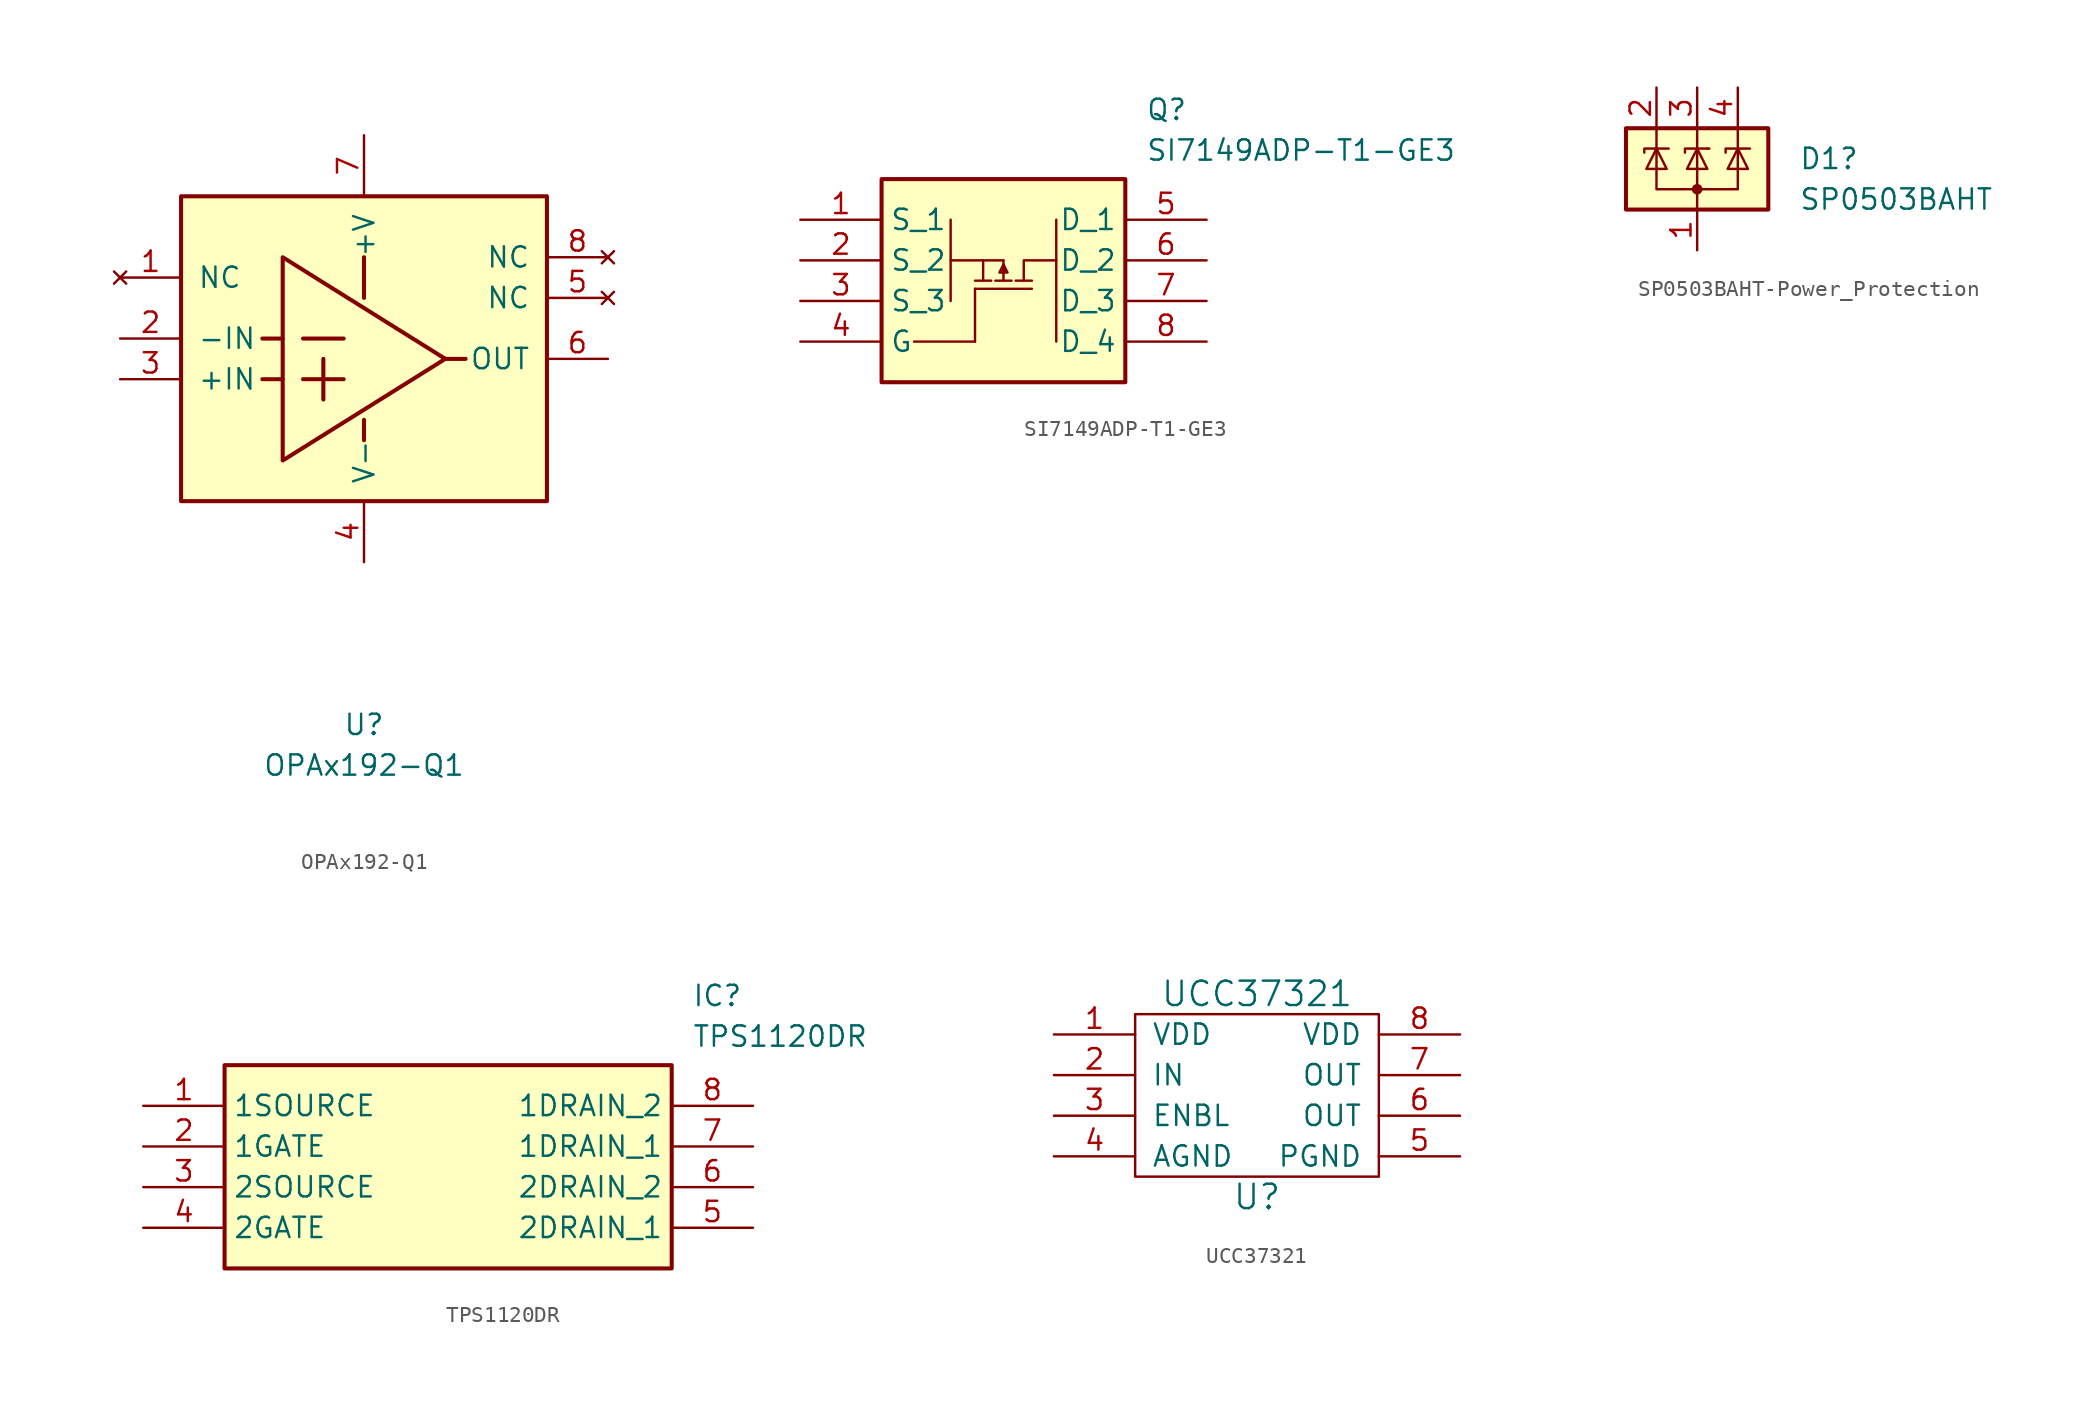
<source format=kicad_sym>
(kicad_symbol_lib
  (version 20220914)
  (generator kicad_symbol_editor)
  (symbol "OPAx192-Q1"
    (pin_names
      (offset 1.016))
    (property "Reference" "U"
      (at 0 2.54 0)
      (effects (font (size 1.27 1.27))))
    (property "Value" "OPAx192-Q1"
      (at 0 0 0)
      (effects (font (size 1.27 1.27))))
    (symbol "OPAx192-Q1_0_1"
      (rectangle (start -11.43 35.56) (end 11.43 16.51) (stroke (width 0.254) (type solid)) (fill (type background)))
      (polyline (pts (xy -6.35 24.13) (xy -5.08 24.13)) (stroke (width 0.254) (type solid)) (fill (type none)))
      (polyline (pts (xy -6.35 26.67) (xy -5.08 26.67)) (stroke (width 0.254) (type solid)) (fill (type none)))
      (polyline (pts (xy -3.81 26.67) (xy -1.27 26.67)) (stroke (width 0.254) (type solid)) (fill (type none)))
      (polyline (pts (xy -2.54 25.4) (xy -2.54 22.86)) (stroke (width 0.254) (type solid)) (fill (type none)))
      (polyline (pts (xy 0 20.32) (xy 0 21.59)) (stroke (width 0.254) (type solid)) (fill (type none)))
      (polyline (pts (xy 0 31.75) (xy 0 29.21)) (stroke (width 0.254) (type solid)) (fill (type none)))
      (polyline (pts (xy 5.08 25.4) (xy 6.35 25.4)) (stroke (width 0.254) (type solid)) (fill (type none)))
      (polyline (pts (xy -5.08 31.75) (xy -5.08 19.05) (xy 5.08 25.4) (xy -5.08 31.75)) (stroke (width 0.254) (type solid)) (fill (type none)))
      (polyline (pts (xy -2.54 24.13) (xy -3.81 24.13) (xy -2.54 24.13) (xy -1.27 24.13)) (stroke (width 0.254) (type solid)) (fill (type none))))
    (symbol "OPAx192-Q1_1_1"
      (pin no_connect line (at -15.24 30.48 0) (length 3.81) (name "NC" (effects (font (size 1.27 1.27)))) (number "1" (effects (font (size 1.27 1.27)))))
      (pin input line (at -15.24 26.67 0) (length 3.81) (name "-IN" (effects (font (size 1.27 1.27)))) (number "2" (effects (font (size 1.27 1.27)))))
      (pin input line (at -15.24 24.13 0) (length 3.81) (name "+IN" (effects (font (size 1.27 1.27)))) (number "3" (effects (font (size 1.27 1.27)))))
      (pin power_in line (at 0 12.7 90) (length 3.81) (name "V-" (effects (font (size 1.27 1.27)))) (number "4" (effects (font (size 1.27 1.27)))))
      (pin no_connect line (at 15.24 29.21 180) (length 3.81) (name "NC" (effects (font (size 1.27 1.27)))) (number "5" (effects (font (size 1.27 1.27)))))
      (pin output line (at 15.24 25.4 180) (length 3.81) (name "OUT" (effects (font (size 1.27 1.27)))) (number "6" (effects (font (size 1.27 1.27)))))
      (pin power_in line (at 0 39.37 270) (length 3.81) (name "+V" (effects (font (size 1.27 1.27)))) (number "7" (effects (font (size 1.27 1.27)))))
      (pin no_connect line (at 15.24 31.75 180) (length 3.81) (name "NC" (effects (font (size 1.27 1.27)))) (number "8" (effects (font (size 1.27 1.27)))))))
  (symbol "SI7149ADP-T1-GE3"
    (property "Reference" "Q"
      (at 21.59 7.62 0)
      (effects (font (size 1.27 1.27)) (justify left top)))
    (property "Value" "SI7149ADP-T1-GE3"
      (at 21.59 5.08 0)
      (effects (font (size 1.27 1.27)) (justify left top)))
    (symbol "SI7149ADP-T1-GE3_0_1"
      (polyline (pts (xy 10.922 -4.318) (xy 10.922 -7.62)) (stroke (width 0) (type default)) (fill (type none)))
      (polyline (pts (xy 12.7 -2.54) (xy 11.43 -2.54)) (stroke (width 0) (type default)) (fill (type none)))
      (polyline (pts (xy 12.7 -2.54) (xy 12.7 -3.81)) (stroke (width 0) (type default)) (fill (type none)))
      (polyline (pts (xy 14.478 -4.318) (xy 10.922 -4.318)) (stroke (width 0) (type default)) (fill (type none)))
      (polyline (pts (xy 9.398 -2.54) (xy 11.43 -2.54) (xy 11.43 -3.81)) (stroke (width 0) (type default)) (fill (type none)))
      (polyline (pts (xy 16.002 -2.54) (xy 13.97 -2.54) (xy 13.97 -3.81)) (stroke (width 0) (type default)) (fill (type none))))
    (symbol "SI7149ADP-T1-GE3_1_1"
      (polyline (pts (xy 7.112 -7.62) (xy 10.922 -7.62)) (stroke (width 0) (type default)) (fill (type none)))
      (polyline (pts (xy 9.398 0) (xy 9.398 -5.08)) (stroke (width 0) (type default)) (fill (type none)))
      (polyline (pts (xy 11.938 -3.81) (xy 10.922 -3.81)) (stroke (width 0) (type default)) (fill (type none)))
      (polyline (pts (xy 13.208 -3.81) (xy 12.192 -3.81)) (stroke (width 0) (type default)) (fill (type none)))
      (polyline (pts (xy 14.478 -3.81) (xy 13.462 -3.81)) (stroke (width 0) (type default)) (fill (type none)))
      (polyline (pts (xy 16.002 0) (xy 16.002 -7.62)) (stroke (width 0) (type default)) (fill (type none)))
      (polyline (pts (xy 12.446 -3.302) (xy 12.7 -2.794) (xy 12.954 -3.302) (xy 12.446 -3.302)) (stroke (width 0) (type default)) (fill (type outline)))
      (rectangle (start 5.08 2.54) (end 20.32 -10.16) (stroke (width 0.254) (type default)) (fill (type background)))
      (pin passive line (at 0 0 0) (length 5.08) (name "S_1" (effects (font (size 1.27 1.27)))) (number "1" (effects (font (size 1.27 1.27)))))
      (pin passive line (at 0 -2.54 0) (length 5.08) (name "S_2" (effects (font (size 1.27 1.27)))) (number "2" (effects (font (size 1.27 1.27)))))
      (pin passive line (at 0 -5.08 0) (length 5.08) (name "S_3" (effects (font (size 1.27 1.27)))) (number "3" (effects (font (size 1.27 1.27)))))
      (pin passive line (at 0 -7.62 0) (length 5.08) (name "G" (effects (font (size 1.27 1.27)))) (number "4" (effects (font (size 1.27 1.27)))))
      (pin passive line (at 25.4 0 180) (length 5.08) (name "D_1" (effects (font (size 1.27 1.27)))) (number "5" (effects (font (size 1.27 1.27)))))
      (pin passive line (at 25.4 -2.54 180) (length 5.08) (name "D_2" (effects (font (size 1.27 1.27)))) (number "6" (effects (font (size 1.27 1.27)))))
      (pin passive line (at 25.4 -5.08 180) (length 5.08) (name "D_3" (effects (font (size 1.27 1.27)))) (number "7" (effects (font (size 1.27 1.27)))))
      (pin passive line (at 25.4 -7.62 180) (length 5.08) (name "D_4" (effects (font (size 1.27 1.27)))) (number "8" (effects (font (size 1.27 1.27)))))))
  (symbol "SP0503BAHT-Power_Protection"
    (pin_names hide)
    (property "Reference" "D1"
      (at 6.35 0.635 0)
      (effects (font (size 1.27 1.27)) (justify left)))
    (property "Value" "SP0503BAHT"
      (at 6.35 -1.905 0)
      (effects (font (size 1.27 1.27)) (justify left)))
    (symbol "SP0503BAHT-Power_Protection_0_0"
      (pin passive line (at 0 -5.08 90) (length 2.54) (name "A" (effects (font (size 1.27 1.27)))) (number "1" (effects (font (size 1.27 1.27))))))
    (symbol "SP0503BAHT-Power_Protection_0_1"
      (rectangle (start -4.445 2.54) (end 4.445 -2.54) (stroke (width 0.254) (type default)) (fill (type background)))
      (circle (center 0 -1.27) (radius 0.254) (stroke (width 0) (type default)) (fill (type outline)))
      (polyline (pts (xy -2.54 2.54) (xy -2.54 1.27)) (stroke (width 0) (type default)) (fill (type none)))
      (polyline (pts (xy 0 -1.27) (xy 0 -2.54)) (stroke (width 0) (type default)) (fill (type none)))
      (polyline (pts (xy 0 -1.27) (xy 0 1.27)) (stroke (width 0) (type default)) (fill (type none)))
      (polyline (pts (xy 0 2.54) (xy 0 1.27)) (stroke (width 0) (type default)) (fill (type none)))
      (polyline (pts (xy 0.635 1.27) (xy 0.762 1.27)) (stroke (width 0) (type default)) (fill (type none)))
      (polyline (pts (xy 2.54 2.54) (xy 2.54 1.27)) (stroke (width 0) (type default)) (fill (type none)))
      (polyline (pts (xy 0.635 1.27) (xy -0.762 1.27) (xy -0.762 1.016)) (stroke (width 0) (type default)) (fill (type none)))
      (polyline (pts (xy -3.302 1.016) (xy -3.302 1.27) (xy -1.905 1.27) (xy -1.778 1.27)) (stroke (width 0) (type default)) (fill (type none)))
      (polyline (pts (xy -2.54 1.27) (xy -2.54 -1.27) (xy 2.54 -1.27) (xy 2.54 1.27)) (stroke (width 0) (type default)) (fill (type none)))
      (polyline (pts (xy -2.54 1.27) (xy -1.905 0) (xy -3.175 0) (xy -2.54 1.27)) (stroke (width 0) (type default)) (fill (type none)))
      (polyline (pts (xy 0.635 0) (xy -0.635 0) (xy 0 1.27) (xy 0.635 0)) (stroke (width 0) (type default)) (fill (type none)))
      (polyline (pts (xy 1.778 1.016) (xy 1.778 1.27) (xy 3.175 1.27) (xy 3.302 1.27)) (stroke (width 0) (type default)) (fill (type none)))
      (polyline (pts (xy 2.54 1.27) (xy 1.905 0) (xy 3.175 0) (xy 2.54 1.27)) (stroke (width 0) (type default)) (fill (type none))))
    (symbol "SP0503BAHT-Power_Protection_1_1"
      (pin passive line (at -2.54 5.08 270) (length 2.54) (name "K" (effects (font (size 1.27 1.27)))) (number "2" (effects (font (size 1.27 1.27)))))
      (pin passive line (at 0 5.08 270) (length 2.54) (name "K" (effects (font (size 1.27 1.27)))) (number "3" (effects (font (size 1.27 1.27)))))
      (pin passive line (at 2.54 5.08 270) (length 2.54) (name "K" (effects (font (size 1.27 1.27)))) (number "4" (effects (font (size 1.27 1.27)))))))
  (symbol "TPS1120DR"
    (property "Reference" "IC"
      (at 34.29 7.62 0)
      (effects (font (size 1.27 1.27)) (justify left top)))
    (property "Value" "TPS1120DR"
      (at 34.29 5.08 0)
      (effects (font (size 1.27 1.27)) (justify left top)))
    (symbol "TPS1120DR_1_1"
      (rectangle (start 5.08 2.54) (end 33.02 -10.16) (stroke (width 0.254) (type default)) (fill (type background)))
      (pin passive line (at 0 0 0) (length 5.08) (name "1SOURCE" (effects (font (size 1.27 1.27)))) (number "1" (effects (font (size 1.27 1.27)))))
      (pin passive line (at 0 -2.54 0) (length 5.08) (name "1GATE" (effects (font (size 1.27 1.27)))) (number "2" (effects (font (size 1.27 1.27)))))
      (pin passive line (at 0 -5.08 0) (length 5.08) (name "2SOURCE" (effects (font (size 1.27 1.27)))) (number "3" (effects (font (size 1.27 1.27)))))
      (pin passive line (at 0 -7.62 0) (length 5.08) (name "2GATE" (effects (font (size 1.27 1.27)))) (number "4" (effects (font (size 1.27 1.27)))))
      (pin passive line (at 38.1 -7.62 180) (length 5.08) (name "2DRAIN_1" (effects (font (size 1.27 1.27)))) (number "5" (effects (font (size 1.27 1.27)))))
      (pin passive line (at 38.1 -5.08 180) (length 5.08) (name "2DRAIN_2" (effects (font (size 1.27 1.27)))) (number "6" (effects (font (size 1.27 1.27)))))
      (pin passive line (at 38.1 -2.54 180) (length 5.08) (name "1DRAIN_1" (effects (font (size 1.27 1.27)))) (number "7" (effects (font (size 1.27 1.27)))))
      (pin passive line (at 38.1 0 180) (length 5.08) (name "1DRAIN_2" (effects (font (size 1.27 1.27)))) (number "8" (effects (font (size 1.27 1.27)))))))
  (symbol "UCC37321"
    (pin_names
      (offset 1.016))
    (property "Reference" "U"
      (at 0 -6.35 0)
      (effects (font (size 1.524 1.524))))
    (property "Value" "UCC37321"
      (at 0 6.35 0)
      (effects (font (size 1.524 1.524))))
    (symbol "UCC37321_0_1"
      (rectangle (start -7.62 5.08) (end 7.62 -5.08) (stroke (width 0) (type solid)) (fill (type none))))
    (symbol "UCC37321_1_1"
      (pin power_in line (at -12.7 3.81 0) (length 5.08) (name "VDD" (effects (font (size 1.27 1.27)))) (number "1" (effects (font (size 1.27 1.27)))))
      (pin input line (at -12.7 1.27 0) (length 5.08) (name "IN" (effects (font (size 1.27 1.27)))) (number "2" (effects (font (size 1.27 1.27)))))
      (pin input line (at -12.7 -1.27 0) (length 5.08) (name "ENBL" (effects (font (size 1.27 1.27)))) (number "3" (effects (font (size 1.27 1.27)))))
      (pin power_in line (at -12.7 -3.81 0) (length 5.08) (name "AGND" (effects (font (size 1.27 1.27)))) (number "4" (effects (font (size 1.27 1.27)))))
      (pin power_in line (at 12.7 -3.81 180) (length 5.08) (name "PGND" (effects (font (size 1.27 1.27)))) (number "5" (effects (font (size 1.27 1.27)))))
      (pin output line (at 12.7 -1.27 180) (length 5.08) (name "OUT" (effects (font (size 1.27 1.27)))) (number "6" (effects (font (size 1.27 1.27)))))
      (pin output line (at 12.7 1.27 180) (length 5.08) (name "OUT" (effects (font (size 1.27 1.27)))) (number "7" (effects (font (size 1.27 1.27)))))
      (pin power_in line (at 12.7 3.81 180) (length 5.08) (name "VDD" (effects (font (size 1.27 1.27)))) (number "8" (effects (font (size 1.27 1.27))))))))
</source>
